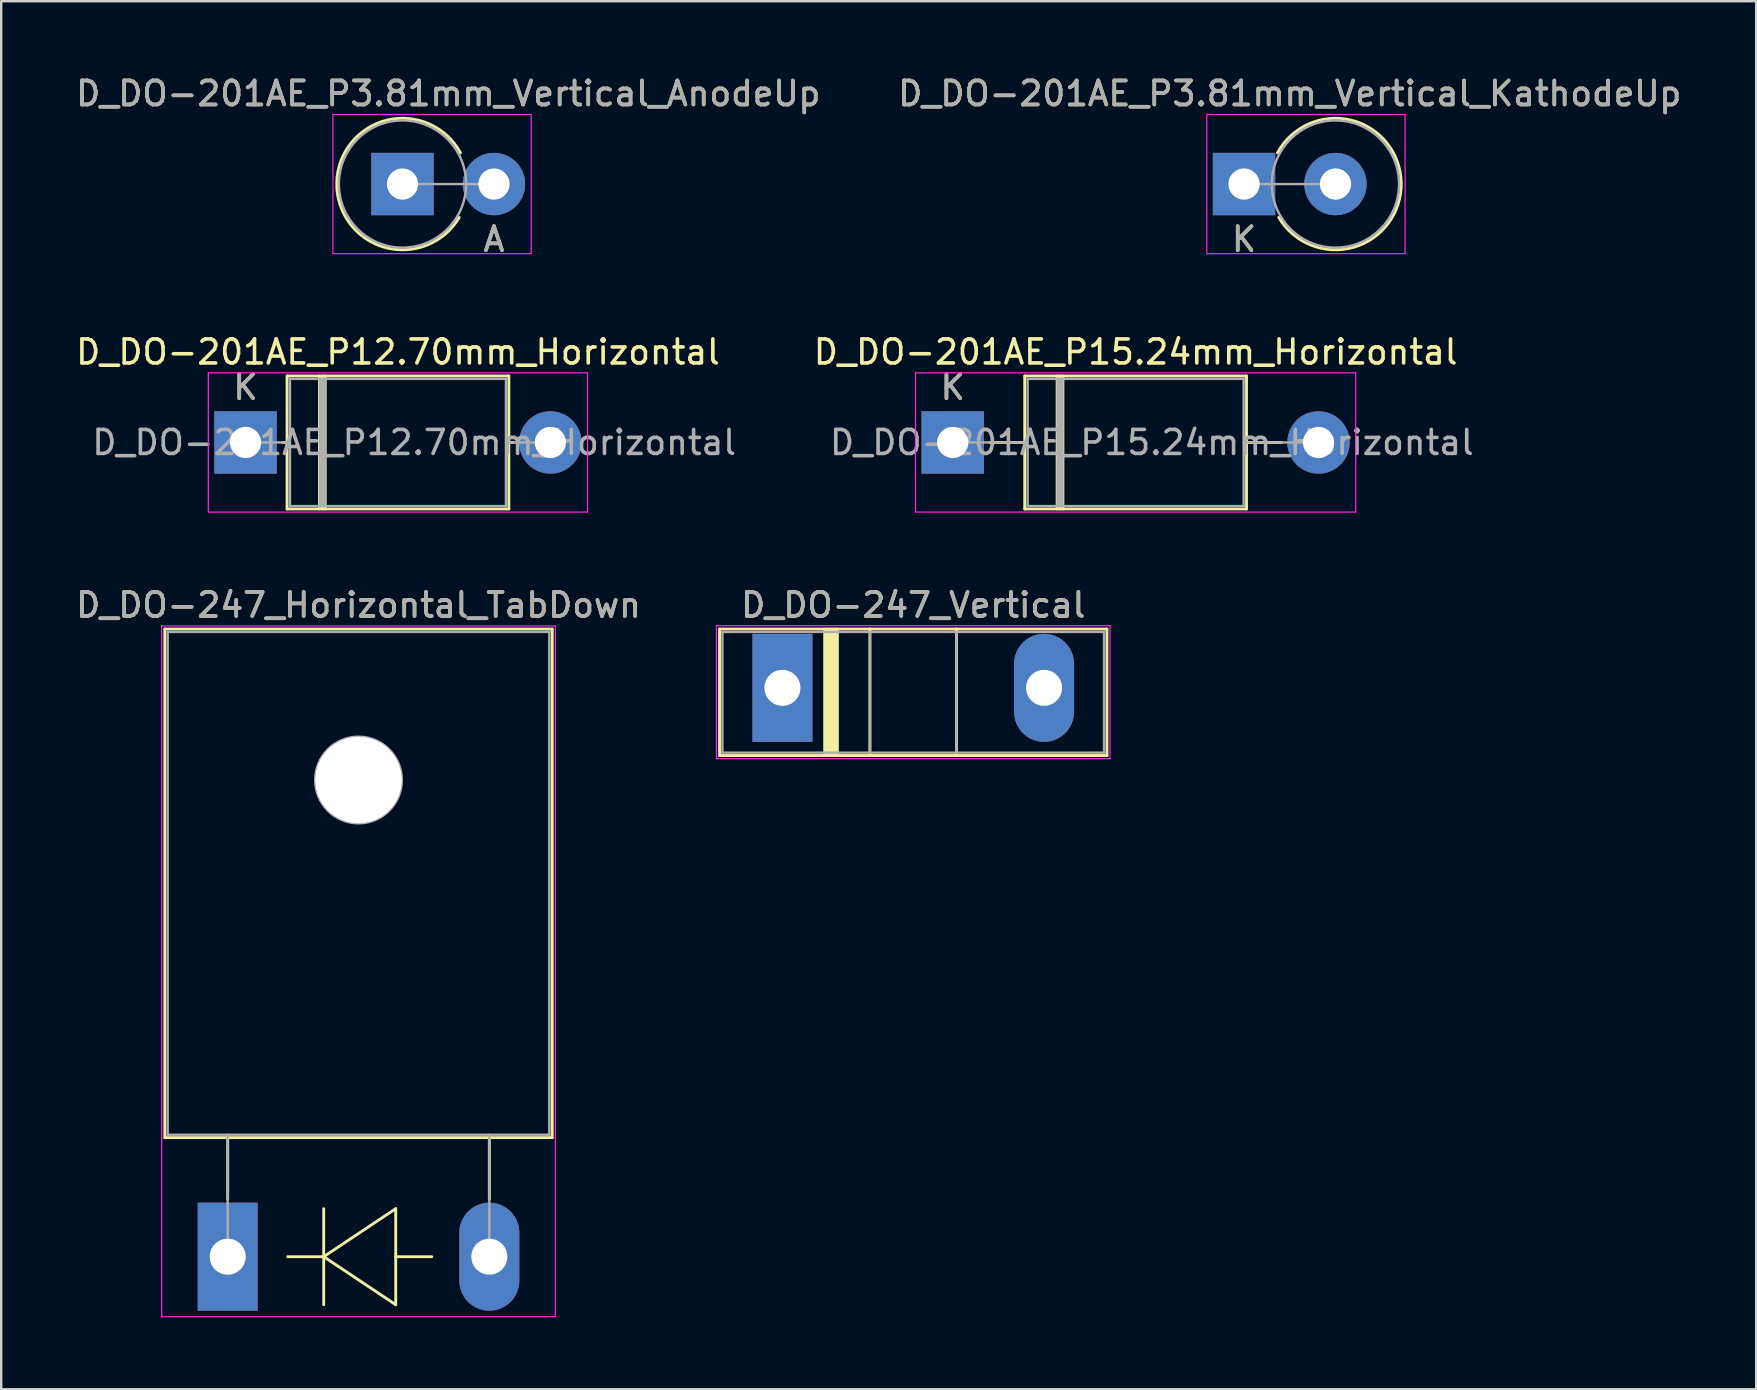
<source format=kicad_pcb>
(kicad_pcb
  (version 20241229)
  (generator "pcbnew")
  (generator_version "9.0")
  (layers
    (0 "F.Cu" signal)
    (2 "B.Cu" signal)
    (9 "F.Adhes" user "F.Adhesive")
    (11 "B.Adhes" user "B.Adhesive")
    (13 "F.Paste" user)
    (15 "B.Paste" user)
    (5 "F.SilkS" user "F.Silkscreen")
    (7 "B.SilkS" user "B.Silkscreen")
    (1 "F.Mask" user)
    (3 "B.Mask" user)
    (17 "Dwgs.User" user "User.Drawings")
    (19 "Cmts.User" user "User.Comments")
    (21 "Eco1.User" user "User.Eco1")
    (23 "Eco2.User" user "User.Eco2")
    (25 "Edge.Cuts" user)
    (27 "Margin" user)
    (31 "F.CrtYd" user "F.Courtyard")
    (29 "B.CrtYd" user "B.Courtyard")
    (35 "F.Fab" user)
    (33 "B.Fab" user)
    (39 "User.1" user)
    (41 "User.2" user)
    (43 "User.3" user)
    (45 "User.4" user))
  (footprint "D_DO-201AE_P3.81mm_Vertical_AnodeUp"
    (layer "F.Cu")
    (at 13.72 4.618)
    (property "Reference" "D_DO-201AE_P3.81mm_Vertical_AnodeUp" (at 1.905 -3.77 0) (layer "F.SilkS") (effects (font (size 1 1) (thickness 0.15))))
    (attr through_hole)
    (fp_arc (start 2.361782 1.391144) (mid -2.74054 -0.052312) (end 2.413151 -1.3) (stroke (width 0.12) (type solid)) (layer "F.SilkS"))
    (fp_line (start -2.9 -2.9) (end -2.9 2.9) (stroke (width 0.05) (type solid)) (layer "F.CrtYd"))
    (fp_line (start -2.9 2.9) (end 5.36 2.9) (stroke (width 0.05) (type solid)) (layer "F.CrtYd"))
    (fp_line (start 5.36 -2.9) (end -2.9 -2.9) (stroke (width 0.05) (type solid)) (layer "F.CrtYd"))
    (fp_line (start 5.36 2.9) (end 5.36 -2.9) (stroke (width 0.05) (type solid)) (layer "F.CrtYd"))
    (fp_line (start 0 0) (end 3.81 0) (stroke (width 0.1) (type solid)) (layer "F.Fab"))
    (fp_circle (center 0 0) (end 2.65 0) (stroke (width 0.1) (type solid)) (fill no) (layer "F.Fab"))
    (fp_text user "A" (at 3.81 2.3 0) (layer "F.SilkS") (effects (font (size 1 1) (thickness 0.15))))
    (fp_text user "${REFERENCE}" (at 1.905 -3.77 0) (layer "F.Fab") (effects (font (size 1 1) (thickness 0.15))))
    (fp_text user "A" (at 3.81 2.3 0) (layer "F.Fab") (effects (font (size 1 1) (thickness 0.15))))
    (pad "1" thru_hole rect (at 0 0) (size 2.6 2.6) (drill 1.3) (layers "*.Cu" "*.Mask"))
    (pad "2" thru_hole oval (at 3.81 0) (size 2.6 2.6) (drill 1.3) (layers "*.Cu" "*.Mask")))
  (footprint "D_DO-201AE_P12.70mm_Horizontal"
    (layer "F.Cu")
    (at 7.18 15.385)
    (property "Reference" "D_DO-201AE_P12.70mm_Horizontal" (at 6.35 -3.77 0) (layer "F.SilkS") (effects (font (size 1 1) (thickness 0.15))))
    (attr through_hole)
    (fp_line (start 1.54 0) (end 1.73 0) (stroke (width 0.12) (type solid)) (layer "F.SilkS"))
    (fp_line (start 1.73 -2.77) (end 1.73 2.77) (stroke (width 0.12) (type solid)) (layer "F.SilkS"))
    (fp_line (start 1.73 2.77) (end 10.97 2.77) (stroke (width 0.12) (type solid)) (layer "F.SilkS"))
    (fp_line (start 3.08 -2.77) (end 3.08 2.77) (stroke (width 0.12) (type solid)) (layer "F.SilkS"))
    (fp_line (start 3.2 -2.77) (end 3.2 2.77) (stroke (width 0.12) (type solid)) (layer "F.SilkS"))
    (fp_line (start 3.32 -2.77) (end 3.32 2.77) (stroke (width 0.12) (type solid)) (layer "F.SilkS"))
    (fp_line (start 10.97 -2.77) (end 1.73 -2.77) (stroke (width 0.12) (type solid)) (layer "F.SilkS"))
    (fp_line (start 10.97 2.77) (end 10.97 -2.77) (stroke (width 0.12) (type solid)) (layer "F.SilkS"))
    (fp_line (start 11.16 0) (end 10.97 0) (stroke (width 0.12) (type solid)) (layer "F.SilkS"))
    (fp_line (start -1.55 -2.9) (end -1.55 2.9) (stroke (width 0.05) (type solid)) (layer "F.CrtYd"))
    (fp_line (start -1.55 2.9) (end 14.25 2.9) (stroke (width 0.05) (type solid)) (layer "F.CrtYd"))
    (fp_line (start 14.25 -2.9) (end -1.55 -2.9) (stroke (width 0.05) (type solid)) (layer "F.CrtYd"))
    (fp_line (start 14.25 2.9) (end 14.25 -2.9) (stroke (width 0.05) (type solid)) (layer "F.CrtYd"))
    (fp_line (start 0 0) (end 1.85 0) (stroke (width 0.1) (type solid)) (layer "F.Fab"))
    (fp_line (start 1.85 -2.65) (end 1.85 2.65) (stroke (width 0.1) (type solid)) (layer "F.Fab"))
    (fp_line (start 1.85 2.65) (end 10.85 2.65) (stroke (width 0.1) (type solid)) (layer "F.Fab"))
    (fp_line (start 3.1 -2.65) (end 3.1 2.65) (stroke (width 0.1) (type solid)) (layer "F.Fab"))
    (fp_line (start 3.2 -2.65) (end 3.2 2.65) (stroke (width 0.1) (type solid)) (layer "F.Fab"))
    (fp_line (start 3.3 -2.65) (end 3.3 2.65) (stroke (width 0.1) (type solid)) (layer "F.Fab"))
    (fp_line (start 10.85 -2.65) (end 1.85 -2.65) (stroke (width 0.1) (type solid)) (layer "F.Fab"))
    (fp_line (start 10.85 2.65) (end 10.85 -2.65) (stroke (width 0.1) (type solid)) (layer "F.Fab"))
    (fp_line (start 12.7 0) (end 10.85 0) (stroke (width 0.1) (type solid)) (layer "F.Fab"))
    (fp_text user "K" (at 0 -2.3 0) (layer "F.SilkS") (effects (font (size 1 1) (thickness 0.15))))
    (fp_text user "${REFERENCE}" (at 7.025 0 0) (layer "F.Fab") (effects (font (size 1 1) (thickness 0.15))))
    (fp_text user "K" (at 0 -2.3 0) (layer "F.Fab") (effects (font (size 1 1) (thickness 0.15))))
    (pad "1" thru_hole rect (at 0 0) (size 2.6 2.6) (drill 1.3) (layers "*.Cu" "*.Mask"))
    (pad "2" thru_hole oval (at 12.7 0) (size 2.6 2.6) (drill 1.3) (layers "*.Cu" "*.Mask")))
  (footprint "D_DO-201AE_P15.24mm_Horizontal"
    (layer "F.Cu")
    (at 36.644 15.385)
    (property "Reference" "D_DO-201AE_P15.24mm_Horizontal" (at 7.62 -3.77 0) (layer "F.SilkS") (effects (font (size 1 1) (thickness 0.15))))
    (attr through_hole)
    (fp_line (start 1.54 0) (end 3 0) (stroke (width 0.12) (type solid)) (layer "F.SilkS"))
    (fp_line (start 3 -2.77) (end 3 2.77) (stroke (width 0.12) (type solid)) (layer "F.SilkS"))
    (fp_line (start 3 2.77) (end 12.24 2.77) (stroke (width 0.12) (type solid)) (layer "F.SilkS"))
    (fp_line (start 4.35 -2.77) (end 4.35 2.77) (stroke (width 0.12) (type solid)) (layer "F.SilkS"))
    (fp_line (start 4.47 -2.77) (end 4.47 2.77) (stroke (width 0.12) (type solid)) (layer "F.SilkS"))
    (fp_line (start 4.59 -2.77) (end 4.59 2.77) (stroke (width 0.12) (type solid)) (layer "F.SilkS"))
    (fp_line (start 12.24 -2.77) (end 3 -2.77) (stroke (width 0.12) (type solid)) (layer "F.SilkS"))
    (fp_line (start 12.24 2.77) (end 12.24 -2.77) (stroke (width 0.12) (type solid)) (layer "F.SilkS"))
    (fp_line (start 13.7 0) (end 12.24 0) (stroke (width 0.12) (type solid)) (layer "F.SilkS"))
    (fp_line (start -1.55 -2.9) (end -1.55 2.9) (stroke (width 0.05) (type solid)) (layer "F.CrtYd"))
    (fp_line (start -1.55 2.9) (end 16.79 2.9) (stroke (width 0.05) (type solid)) (layer "F.CrtYd"))
    (fp_line (start 16.79 -2.9) (end -1.55 -2.9) (stroke (width 0.05) (type solid)) (layer "F.CrtYd"))
    (fp_line (start 16.79 2.9) (end 16.79 -2.9) (stroke (width 0.05) (type solid)) (layer "F.CrtYd"))
    (fp_line (start 0 0) (end 3.12 0) (stroke (width 0.1) (type solid)) (layer "F.Fab"))
    (fp_line (start 3.12 -2.65) (end 3.12 2.65) (stroke (width 0.1) (type solid)) (layer "F.Fab"))
    (fp_line (start 3.12 2.65) (end 12.12 2.65) (stroke (width 0.1) (type solid)) (layer "F.Fab"))
    (fp_line (start 4.37 -2.65) (end 4.37 2.65) (stroke (width 0.1) (type solid)) (layer "F.Fab"))
    (fp_line (start 4.47 -2.65) (end 4.47 2.65) (stroke (width 0.1) (type solid)) (layer "F.Fab"))
    (fp_line (start 4.57 -2.65) (end 4.57 2.65) (stroke (width 0.1) (type solid)) (layer "F.Fab"))
    (fp_line (start 12.12 -2.65) (end 3.12 -2.65) (stroke (width 0.1) (type solid)) (layer "F.Fab"))
    (fp_line (start 12.12 2.65) (end 12.12 -2.65) (stroke (width 0.1) (type solid)) (layer "F.Fab"))
    (fp_line (start 15.24 0) (end 12.12 0) (stroke (width 0.1) (type solid)) (layer "F.Fab"))
    (fp_text user "K" (at 0 -2.3 0) (layer "F.SilkS") (effects (font (size 1 1) (thickness 0.15))))
    (fp_text user "${REFERENCE}" (at 8.295 0 0) (layer "F.Fab") (effects (font (size 1 1) (thickness 0.15))))
    (fp_text user "K" (at 0 -2.3 0) (layer "F.Fab") (effects (font (size 1 1) (thickness 0.15))))
    (pad "1" thru_hole rect (at 0 0) (size 2.6 2.6) (drill 1.3) (layers "*.Cu" "*.Mask"))
    (pad "2" thru_hole oval (at 15.24 0) (size 2.6 2.6) (drill 1.3) (layers "*.Cu" "*.Mask")))
  (footprint "D_DO-201AE_P3.81mm_Vertical_KathodeUp"
    (layer "F.Cu")
    (at 48.78 4.618)
    (property "Reference" "D_DO-201AE_P3.81mm_Vertical_KathodeUp" (at 1.905 -3.77 0) (layer "F.SilkS") (effects (font (size 1 1) (thickness 0.15))))
    (attr through_hole)
    (fp_arc (start 1.396849 -1.3) (mid 6.55054 -0.052312) (end 1.448218 1.391144) (stroke (width 0.12) (type solid)) (layer "F.SilkS"))
    (fp_line (start -1.55 -2.9) (end -1.55 2.9) (stroke (width 0.05) (type solid)) (layer "F.CrtYd"))
    (fp_line (start -1.55 2.9) (end 6.71 2.9) (stroke (width 0.05) (type solid)) (layer "F.CrtYd"))
    (fp_line (start 6.71 -2.9) (end -1.55 -2.9) (stroke (width 0.05) (type solid)) (layer "F.CrtYd"))
    (fp_line (start 6.71 2.9) (end 6.71 -2.9) (stroke (width 0.05) (type solid)) (layer "F.CrtYd"))
    (fp_line (start 0 0) (end 3.81 0) (stroke (width 0.1) (type solid)) (layer "F.Fab"))
    (fp_circle (center 3.81 0) (end 6.46 0) (stroke (width 0.1) (type solid)) (fill no) (layer "F.Fab"))
    (fp_text user "K" (at 0 2.3 0) (layer "F.SilkS") (effects (font (size 1 1) (thickness 0.15))))
    (fp_text user "${REFERENCE}" (at 1.905 -3.77 0) (layer "F.Fab") (effects (font (size 1 1) (thickness 0.15))))
    (fp_text user "K" (at 0 2.3 0) (layer "F.Fab") (effects (font (size 1 1) (thickness 0.15))))
    (pad "1" thru_hole rect (at 0 0) (size 2.6 2.6) (drill 1.3) (layers "*.Cu" "*.Mask"))
    (pad "2" thru_hole oval (at 3.81 0) (size 2.6 2.6) (drill 1.3) (layers "*.Cu" "*.Mask")))
  (footprint "D_DO-247_Vertical"
    (layer "F.Cu")
    (at 29.549 25.608)
    (property "Reference" "D_DO-247_Vertical" (at 5.45 -3.45 0) (layer "F.SilkS") (effects (font (size 1 1) (thickness 0.15))))
    (attr through_hole)
    (fp_line (start -2.62 -2.451) (end -2.62 2.82) (stroke (width 0.12) (type solid)) (layer "F.SilkS"))
    (fp_line (start -2.62 -2.451) (end 13.52 -2.451) (stroke (width 0.12) (type solid)) (layer "F.SilkS"))
    (fp_line (start -2.62 2.82) (end 13.52 2.82) (stroke (width 0.12) (type solid)) (layer "F.SilkS"))
    (fp_line (start 3.646 -2.451) (end 3.646 2.82) (stroke (width 0.12) (type solid)) (layer "F.SilkS"))
    (fp_line (start 7.255 -2.451) (end 7.255 2.82) (stroke (width 0.12) (type solid)) (layer "F.SilkS"))
    (fp_line (start 13.52 -2.451) (end 13.52 2.82) (stroke (width 0.12) (type solid)) (layer "F.SilkS"))
    (fp_poly (pts (xy 2.3 2.8) (xy 1.75 2.8) (xy 1.75 -2.45) (xy 2.3 -2.45)) (stroke (width 0.1) (type solid)) (fill yes) (layer "F.SilkS"))
    (fp_line (start -2.75 -2.59) (end -2.75 2.95) (stroke (width 0.05) (type solid)) (layer "F.CrtYd"))
    (fp_line (start -2.75 2.95) (end 13.65 2.95) (stroke (width 0.05) (type solid)) (layer "F.CrtYd"))
    (fp_line (start 13.65 -2.59) (end -2.75 -2.59) (stroke (width 0.05) (type solid)) (layer "F.CrtYd"))
    (fp_line (start 13.65 2.95) (end 13.65 -2.59) (stroke (width 0.05) (type solid)) (layer "F.CrtYd"))
    (fp_line (start -2.5 -2.33) (end -2.5 2.7) (stroke (width 0.1) (type solid)) (layer "F.Fab"))
    (fp_line (start -2.5 2.7) (end 13.4 2.7) (stroke (width 0.1) (type solid)) (layer "F.Fab"))
    (fp_line (start 3.645 -2.33) (end 3.645 2.7) (stroke (width 0.1) (type solid)) (layer "F.Fab"))
    (fp_line (start 7.255 -2.33) (end 7.255 2.7) (stroke (width 0.1) (type solid)) (layer "F.Fab"))
    (fp_line (start 13.4 -2.33) (end -2.5 -2.33) (stroke (width 0.1) (type solid)) (layer "F.Fab"))
    (fp_line (start 13.4 2.7) (end 13.4 -2.33) (stroke (width 0.1) (type solid)) (layer "F.Fab"))
    (fp_text user "${REFERENCE}" (at 5.45 -3.45 0) (layer "F.Fab") (effects (font (size 1 1) (thickness 0.15))))
    (pad "1" thru_hole rect (at 0 0) (size 2.5 4.5) (drill 1.5) (layers "*.Cu" "*.Mask"))
    (pad "2" thru_hole oval (at 10.9 0) (size 2.5 4.5) (drill 1.5) (layers "*.Cu" "*.Mask")))
  (footprint "D_DO-247_Horizontal_TabDown"
    (layer "F.Cu")
    (at 6.437 49.308)
    (property "Reference" "D_DO-247_Horizontal_TabDown" (at 5.45 -27.15 0) (layer "F.SilkS") (effects (font (size 1 1) (thickness 0.15))))
    (attr through_hole)
    (fp_line (start -2.62 -26.15) (end -2.62 -4.96) (stroke (width 0.12) (type solid)) (layer "F.SilkS"))
    (fp_line (start -2.62 -26.15) (end 13.52 -26.15) (stroke (width 0.12) (type solid)) (layer "F.SilkS"))
    (fp_line (start -2.62 -4.96) (end 13.52 -4.96) (stroke (width 0.12) (type solid)) (layer "F.SilkS"))
    (fp_line (start 0 -4.96) (end 0 -2.4) (stroke (width 0.12) (type solid)) (layer "F.SilkS"))
    (fp_line (start 4 -2) (end 4 2) (stroke (width 0.12) (type solid)) (layer "F.SilkS"))
    (fp_line (start 4 0) (end 2.5 0) (stroke (width 0.12) (type solid)) (layer "F.SilkS"))
    (fp_line (start 4 0) (end 7 -2) (stroke (width 0.12) (type solid)) (layer "F.SilkS"))
    (fp_line (start 7 -2) (end 7 2) (stroke (width 0.12) (type solid)) (layer "F.SilkS"))
    (fp_line (start 7 0) (end 8.5 0) (stroke (width 0.12) (type solid)) (layer "F.SilkS"))
    (fp_line (start 7 2) (end 4 0) (stroke (width 0.12) (type solid)) (layer "F.SilkS"))
    (fp_line (start 10.9 -4.96) (end 10.9 -2.4) (stroke (width 0.12) (type solid)) (layer "F.SilkS"))
    (fp_line (start 13.52 -26.15) (end 13.52 -4.96) (stroke (width 0.12) (type solid)) (layer "F.SilkS"))
    (fp_line (start -2.75 -26.28) (end -2.75 2.5) (stroke (width 0.05) (type solid)) (layer "F.CrtYd"))
    (fp_line (start -2.75 2.5) (end 13.65 2.5) (stroke (width 0.05) (type solid)) (layer "F.CrtYd"))
    (fp_line (start 13.65 -26.28) (end -2.75 -26.28) (stroke (width 0.05) (type solid)) (layer "F.CrtYd"))
    (fp_line (start 13.65 2.5) (end 13.65 -26.28) (stroke (width 0.05) (type solid)) (layer "F.CrtYd"))
    (fp_line (start -2.5 -26.03) (end 13.4 -26.03) (stroke (width 0.1) (type solid)) (layer "F.Fab"))
    (fp_line (start -2.5 -5.08) (end -2.5 -26.03) (stroke (width 0.1) (type solid)) (layer "F.Fab"))
    (fp_line (start 0 -5.08) (end 0 0) (stroke (width 0.1) (type solid)) (layer "F.Fab"))
    (fp_line (start 10.9 -5.08) (end 10.9 0) (stroke (width 0.1) (type solid)) (layer "F.Fab"))
    (fp_line (start 13.4 -26.03) (end 13.4 -5.08) (stroke (width 0.1) (type solid)) (layer "F.Fab"))
    (fp_line (start 13.4 -5.08) (end -2.5 -5.08) (stroke (width 0.1) (type solid)) (layer "F.Fab"))
    (fp_circle (center 5.45 -19.86) (end 7.255 -19.86) (stroke (width 0.1) (type solid)) (fill no) (layer "F.Fab"))
    (fp_text user "${REFERENCE}" (at 5.45 -27.15 0) (layer "F.Fab") (effects (font (size 1 1) (thickness 0.15))))
    (pad "" np_thru_hole oval (at 5.45 -19.86) (size 3.6 3.6) (drill 3.6) (layers "*.Cu" "*.Mask"))
    (pad "1" thru_hole rect (at 0 0) (size 2.5 4.5) (drill 1.5) (layers "*.Cu" "*.Mask"))
    (pad "2" thru_hole oval (at 10.9 0) (size 2.5 4.5) (drill 1.5) (layers "*.Cu" "*.Mask")))
  (gr_rect
    (start -3 -3)
    (end 70.119 54.833)
    (stroke (width 0.1) (type default))
    (fill no)
    (layer "Edge.Cuts")))
</source>
